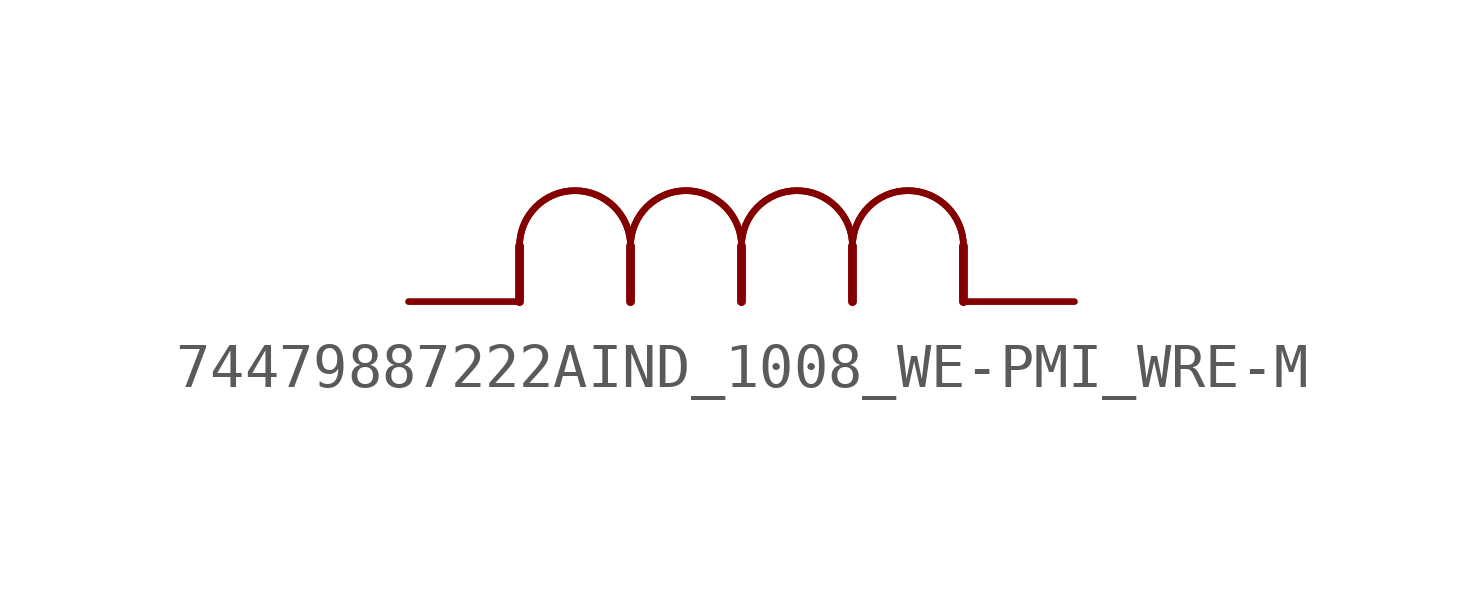
<source format=kicad_sym>
(kicad_symbol_lib
  (version 20241209)
  (generator "kicad_symbol_editor")
  (generator_version "9.0")
  (symbol "74479887222AIND_1008_WE-PMI_WRE-M"
    (property "Reference" "L"
      (at -0.914 3.353 0)
      (effects (font (size 3.48 2.958)) (justify left bottom) (hide yes)))
    (property "ki_locked" ""
      (at 0 0 0)
      (effects (font (size 1.27 1.27))))
    (symbol "74479887222AIND_1008_WE-PMI_WRE-M_1_0"
      (polyline (pts (xy 2.54 0) (xy 2.54 1.27)) (stroke (width 0.203) (type solid)) (fill (type none)))
      (arc (start 2.54 1.27) (mid 3.81 2.54) (end 5.08 1.27) (stroke (width 0.1524) (type solid)) (fill (type none)))
      (arc (start 2.54 1.27) (mid 3.81 2.54) (end 5.08 1.27) (stroke (width 0.1524) (type solid)) (fill (type none)))
      (polyline (pts (xy 5.08 0) (xy 5.08 1.27)) (stroke (width 0.203) (type solid)) (fill (type none)))
      (arc (start 5.08 1.27) (mid 6.35 2.54) (end 7.62 1.27) (stroke (width 0.1524) (type solid)) (fill (type none)))
      (arc (start 5.08 1.27) (mid 6.35 2.54) (end 7.62 1.27) (stroke (width 0.1524) (type solid)) (fill (type none)))
      (polyline (pts (xy 7.62 0) (xy 7.62 1.27)) (stroke (width 0.203) (type solid)) (fill (type none)))
      (arc (start 7.62 1.27) (mid 8.89 2.54) (end 10.16 1.27) (stroke (width 0.1524) (type solid)) (fill (type none)))
      (arc (start 7.62 1.27) (mid 8.89 2.54) (end 10.16 1.27) (stroke (width 0.1524) (type solid)) (fill (type none)))
      (polyline (pts (xy 10.16 0) (xy 10.16 1.27)) (stroke (width 0.203) (type solid)) (fill (type none)))
      (arc (start 10.16 1.27) (mid 11.43 2.54) (end 12.7 1.27) (stroke (width 0.1524) (type solid)) (fill (type none)))
      (arc (start 10.16 1.27) (mid 11.43 2.54) (end 12.7 1.27) (stroke (width 0.1524) (type solid)) (fill (type none)))
      (polyline (pts (xy 12.7 0) (xy 12.7 1.27)) (stroke (width 0.203) (type solid)) (fill (type none)))
      (pin passive line (at 0 0 0) (length 2.54) (name "2" (effects (font (size 0 0)))) (number "2" (effects (font (size 0 0)))))
      (pin passive line (at 15.24 0 180) (length 2.54) (name "1" (effects (font (size 0 0)))) (number "1" (effects (font (size 0 0))))))))
</source>
